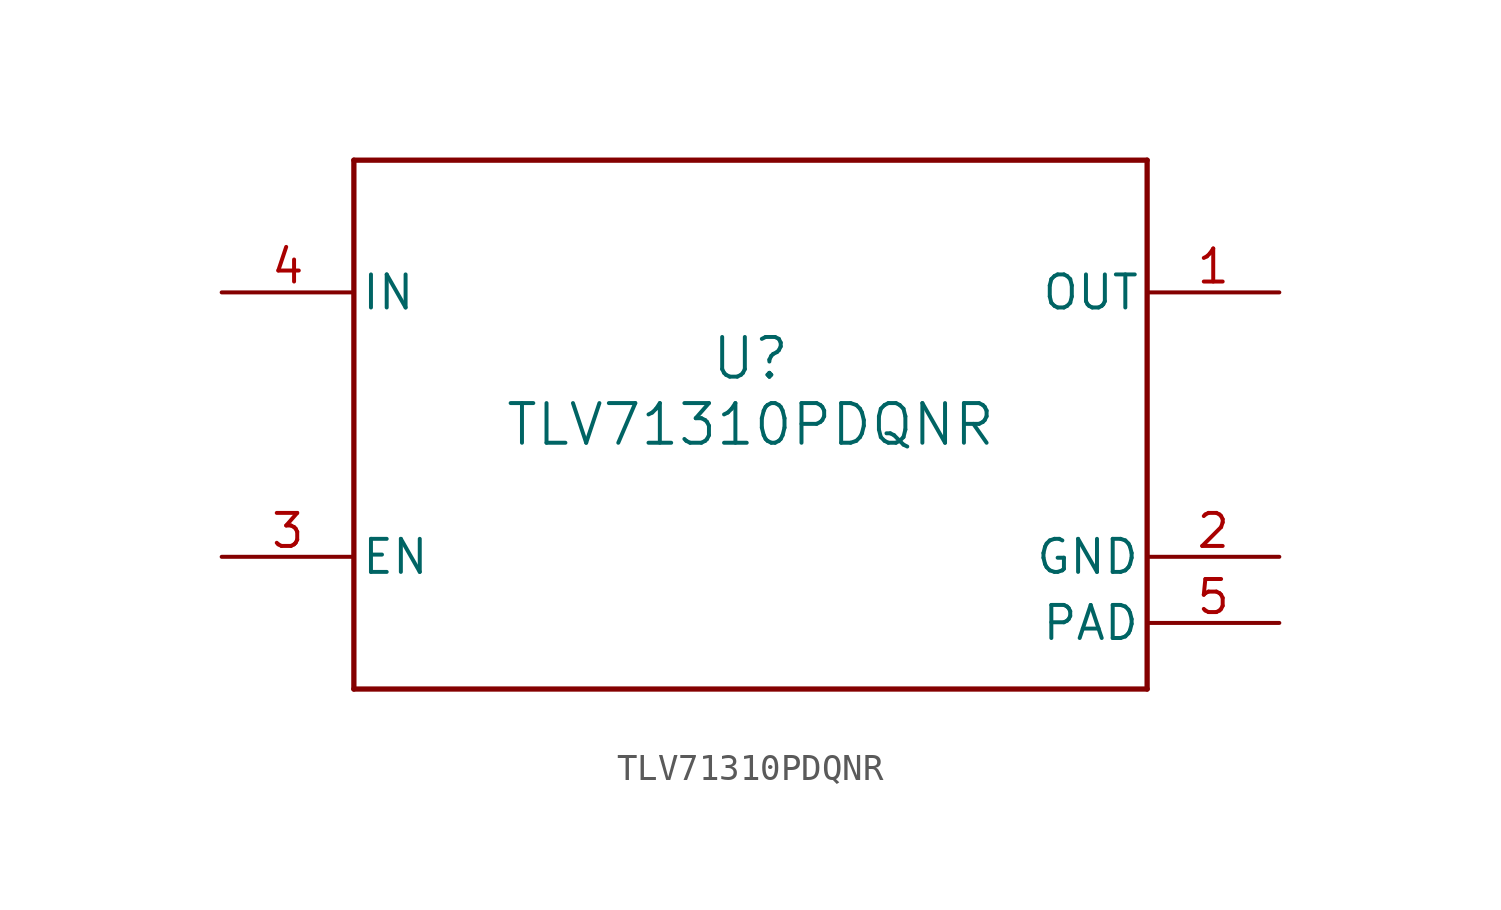
<source format=kicad_sym>
(kicad_symbol_lib
  (version 20211014)
  (generator kicad_symbol_editor)
  (symbol "TLV71310PDQNR"
    (pin_names
      (offset 0.254))
    (property "Reference" "U"
      (at 0 2.54 0)
      (effects (font (size 1.524 1.524))))
    (property "Value" "TLV71310PDQNR"
      (at 0 0 0)
      (effects (font (size 1.524 1.524))))
    (symbol "TLV71310PDQNR_0_1"
      (polyline (pts (xy -15.24 -10.16) (xy 15.24 -10.16)) (stroke (width 0.203) (type default) (color 0 0 0 0)) (fill (type none)))
      (polyline (pts (xy 15.24 -10.16) (xy 15.24 10.16)) (stroke (width 0.203) (type default) (color 0 0 0 0)) (fill (type none)))
      (polyline (pts (xy 15.24 10.16) (xy -15.24 10.16)) (stroke (width 0.203) (type default) (color 0 0 0 0)) (fill (type none)))
      (polyline (pts (xy -15.24 10.16) (xy -15.24 -10.16)) (stroke (width 0.203) (type default) (color 0 0 0 0)) (fill (type none)))
      (pin power_in line (at 20.32 5.08 180) (length 5.08) (name "OUT" (effects (font (size 1.27 1.27)))) (number "1" (effects (font (size 1.27 1.27)))))
      (pin power_in line (at 20.32 -5.08 180) (length 5.08) (name "GND" (effects (font (size 1.27 1.27)))) (number "2" (effects (font (size 1.27 1.27)))))
      (pin input line (at -20.32 -5.08 0) (length 5.08) (name "EN" (effects (font (size 1.27 1.27)))) (number "3" (effects (font (size 1.27 1.27)))))
      (pin power_in line (at -20.32 5.08 0) (length 5.08) (name "IN" (effects (font (size 1.27 1.27)))) (number "4" (effects (font (size 1.27 1.27)))))
      (pin power_in line (at 20.32 -7.62 180) (length 5.08) (name "PAD" (effects (font (size 1.27 1.27)))) (number "5" (effects (font (size 1.27 1.27))))))))
</source>
